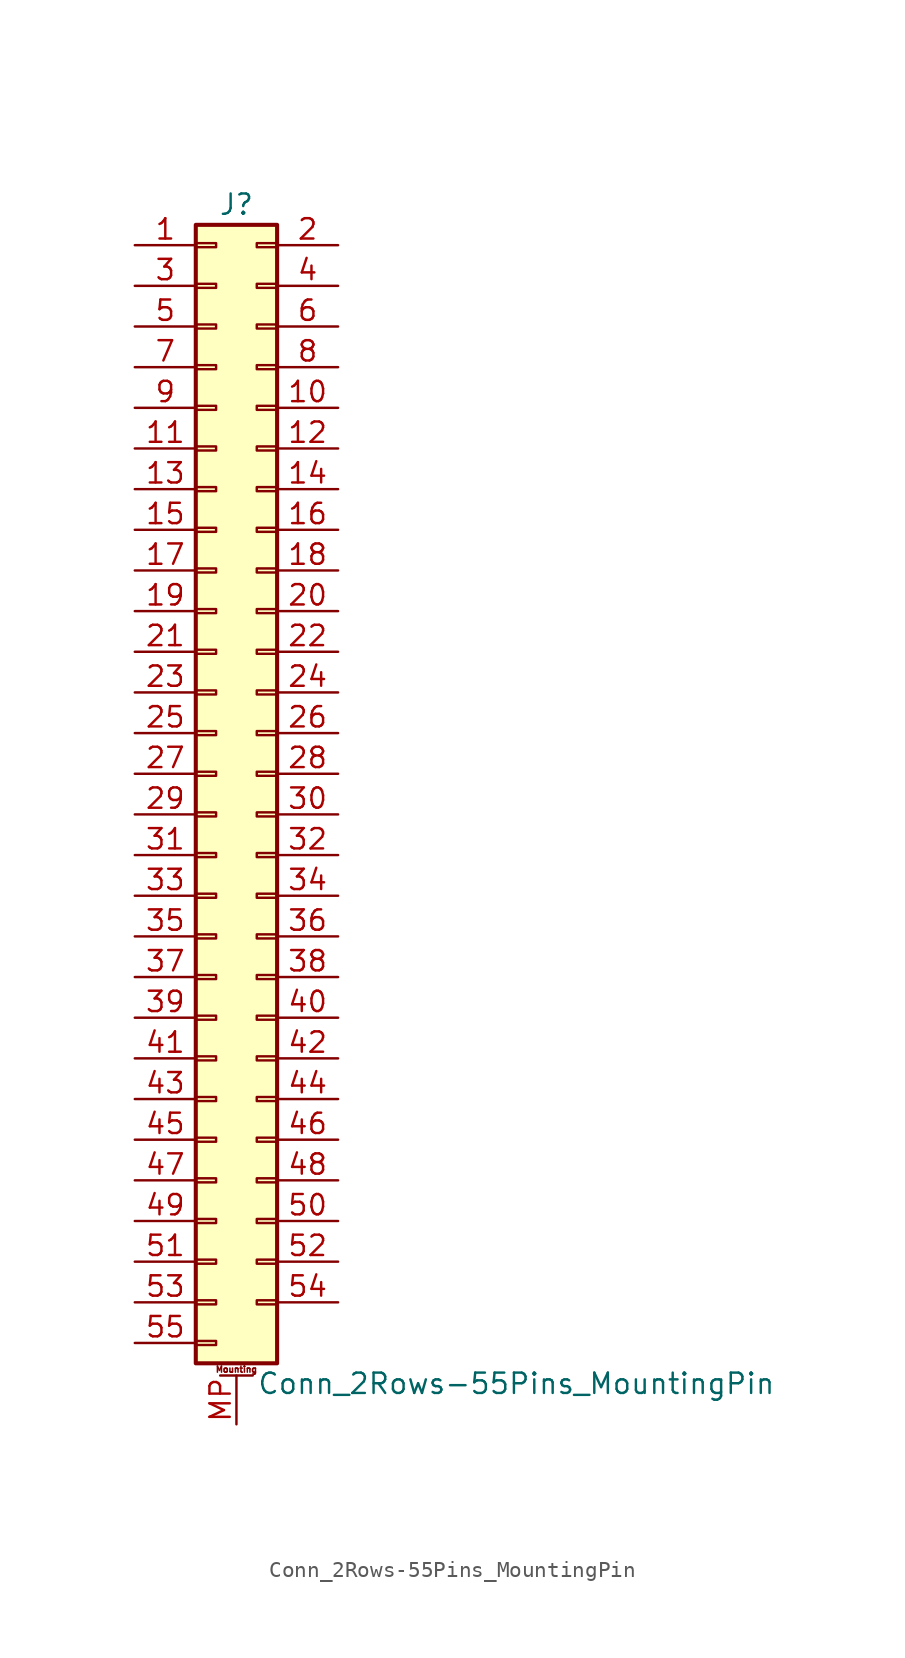
<source format=kicad_sym>
(kicad_symbol_lib
  (version 20200908)
  (generator kicad_symbol_editor)
  (symbol "Connector_Generic_MountingPin:Conn_2Rows-55Pins_MountingPin"
    (pin_names
      (offset 1.016) hide)
    (property "Reference" "J"
      (at 1.27 35.56 0)
      (effects (font (size 1.27 1.27))))
    (property "Value" "Conn_2Rows-55Pins_MountingPin"
      (at 2.54 -38.1 0)
      (effects (font (size 1.27 1.27)) (justify left)))
    (symbol "Conn_2Rows-55Pins_MountingPin_1_1"
      (text "Mounting" (at 1.27 -37.211 0) (effects (font (size 0.381 0.381))))
      (rectangle (start -1.27 -27.813) (end 0 -28.067) (stroke (width 0.152)) (fill (type none)))
      (rectangle (start -1.27 -30.353) (end 0 -30.607) (stroke (width 0.152)) (fill (type none)))
      (rectangle (start -1.27 -32.893) (end 0 -33.147) (stroke (width 0.152)) (fill (type none)))
      (rectangle (start -1.27 -35.433) (end 0 -35.687) (stroke (width 0.152)) (fill (type none)))
      (rectangle (start -1.27 -4.953) (end 0 -5.207) (stroke (width 0.152)) (fill (type none)))
      (rectangle (start -1.27 -7.493) (end 0 -7.747) (stroke (width 0.152)) (fill (type none)))
      (rectangle (start -1.27 -10.033) (end 0 -10.287) (stroke (width 0.152)) (fill (type none)))
      (rectangle (start -1.27 -12.573) (end 0 -12.827) (stroke (width 0.152)) (fill (type none)))
      (rectangle (start -1.27 -15.113) (end 0 -15.367) (stroke (width 0.152)) (fill (type none)))
      (rectangle (start -1.27 -17.653) (end 0 -17.907) (stroke (width 0.152)) (fill (type none)))
      (rectangle (start -1.27 -20.193) (end 0 -20.447) (stroke (width 0.152)) (fill (type none)))
      (rectangle (start -1.27 -22.733) (end 0 -22.987) (stroke (width 0.152)) (fill (type none)))
      (rectangle (start -1.27 -2.413) (end 0 -2.667) (stroke (width 0.152)) (fill (type none)))
      (rectangle (start -1.27 -25.273) (end 0 -25.527) (stroke (width 0.152)) (fill (type none)))
      (rectangle (start -1.27 25.527) (end 0 25.273) (stroke (width 0.152)) (fill (type none)))
      (rectangle (start -1.27 2.667) (end 0 2.413) (stroke (width 0.152)) (fill (type none)))
      (rectangle (start -1.27 28.067) (end 0 27.813) (stroke (width 0.152)) (fill (type none)))
      (rectangle (start -1.27 30.607) (end 0 30.353) (stroke (width 0.152)) (fill (type none)))
      (rectangle (start -1.27 33.147) (end 0 32.893) (stroke (width 0.152)) (fill (type none)))
      (rectangle (start -1.27 34.29) (end 3.81 -36.83) (stroke (width 0.254)) (fill (type background)))
      (rectangle (start -1.27 5.207) (end 0 4.953) (stroke (width 0.152)) (fill (type none)))
      (rectangle (start -1.27 7.747) (end 0 7.493) (stroke (width 0.152)) (fill (type none)))
      (rectangle (start -1.27 10.287) (end 0 10.033) (stroke (width 0.152)) (fill (type none)))
      (rectangle (start -1.27 0.127) (end 0 -0.127) (stroke (width 0.152)) (fill (type none)))
      (rectangle (start -1.27 12.827) (end 0 12.573) (stroke (width 0.152)) (fill (type none)))
      (rectangle (start -1.27 15.367) (end 0 15.113) (stroke (width 0.152)) (fill (type none)))
      (rectangle (start -1.27 17.907) (end 0 17.653) (stroke (width 0.152)) (fill (type none)))
      (rectangle (start -1.27 20.447) (end 0 20.193) (stroke (width 0.152)) (fill (type none)))
      (rectangle (start -1.27 22.987) (end 0 22.733) (stroke (width 0.152)) (fill (type none)))
      (rectangle (start 3.81 -27.813) (end 2.54 -28.067) (stroke (width 0.152)) (fill (type none)))
      (rectangle (start 3.81 -30.353) (end 2.54 -30.607) (stroke (width 0.152)) (fill (type none)))
      (rectangle (start 3.81 -32.893) (end 2.54 -33.147) (stroke (width 0.152)) (fill (type none)))
      (rectangle (start 3.81 -4.953) (end 2.54 -5.207) (stroke (width 0.152)) (fill (type none)))
      (rectangle (start 3.81 -7.493) (end 2.54 -7.747) (stroke (width 0.152)) (fill (type none)))
      (rectangle (start 3.81 -10.033) (end 2.54 -10.287) (stroke (width 0.152)) (fill (type none)))
      (rectangle (start 3.81 -12.573) (end 2.54 -12.827) (stroke (width 0.152)) (fill (type none)))
      (rectangle (start 3.81 -15.113) (end 2.54 -15.367) (stroke (width 0.152)) (fill (type none)))
      (rectangle (start 3.81 -17.653) (end 2.54 -17.907) (stroke (width 0.152)) (fill (type none)))
      (rectangle (start 3.81 -20.193) (end 2.54 -20.447) (stroke (width 0.152)) (fill (type none)))
      (rectangle (start 3.81 -22.733) (end 2.54 -22.987) (stroke (width 0.152)) (fill (type none)))
      (rectangle (start 3.81 -2.413) (end 2.54 -2.667) (stroke (width 0.152)) (fill (type none)))
      (rectangle (start 3.81 -25.273) (end 2.54 -25.527) (stroke (width 0.152)) (fill (type none)))
      (rectangle (start 3.81 25.527) (end 2.54 25.273) (stroke (width 0.152)) (fill (type none)))
      (rectangle (start 3.81 2.667) (end 2.54 2.413) (stroke (width 0.152)) (fill (type none)))
      (rectangle (start 3.81 28.067) (end 2.54 27.813) (stroke (width 0.152)) (fill (type none)))
      (rectangle (start 3.81 30.607) (end 2.54 30.353) (stroke (width 0.152)) (fill (type none)))
      (rectangle (start 3.81 33.147) (end 2.54 32.893) (stroke (width 0.152)) (fill (type none)))
      (rectangle (start 3.81 5.207) (end 2.54 4.953) (stroke (width 0.152)) (fill (type none)))
      (rectangle (start 3.81 7.747) (end 2.54 7.493) (stroke (width 0.152)) (fill (type none)))
      (rectangle (start 3.81 10.287) (end 2.54 10.033) (stroke (width 0.152)) (fill (type none)))
      (rectangle (start 3.81 0.127) (end 2.54 -0.127) (stroke (width 0.152)) (fill (type none)))
      (rectangle (start 3.81 12.827) (end 2.54 12.573) (stroke (width 0.152)) (fill (type none)))
      (rectangle (start 3.81 15.367) (end 2.54 15.113) (stroke (width 0.152)) (fill (type none)))
      (rectangle (start 3.81 17.907) (end 2.54 17.653) (stroke (width 0.152)) (fill (type none)))
      (rectangle (start 3.81 20.447) (end 2.54 20.193) (stroke (width 0.152)) (fill (type none)))
      (rectangle (start 3.81 22.987) (end 2.54 22.733) (stroke (width 0.152)) (fill (type none)))
      (polyline (pts (xy 0.254 -37.592) (xy 2.286 -37.592)) (stroke (width 0.152)) (fill (type none)))
      (pin passive line (at 1.27 -40.64 90) (length 3.048) (name "MountPin" (effects (font (size 1.27 1.27)))) (number "MP" (effects (font (size 1.27 1.27)))))
      (pin passive line (at -5.08 33.02 0) (length 3.81) (name "Pin_1" (effects (font (size 1.27 1.27)))) (number "1" (effects (font (size 1.27 1.27)))))
      (pin passive line (at 7.62 22.86 180) (length 3.81) (name "Pin_10" (effects (font (size 1.27 1.27)))) (number "10" (effects (font (size 1.27 1.27)))))
      (pin passive line (at -5.08 20.32 0) (length 3.81) (name "Pin_11" (effects (font (size 1.27 1.27)))) (number "11" (effects (font (size 1.27 1.27)))))
      (pin passive line (at 7.62 20.32 180) (length 3.81) (name "Pin_12" (effects (font (size 1.27 1.27)))) (number "12" (effects (font (size 1.27 1.27)))))
      (pin passive line (at -5.08 17.78 0) (length 3.81) (name "Pin_13" (effects (font (size 1.27 1.27)))) (number "13" (effects (font (size 1.27 1.27)))))
      (pin passive line (at 7.62 17.78 180) (length 3.81) (name "Pin_14" (effects (font (size 1.27 1.27)))) (number "14" (effects (font (size 1.27 1.27)))))
      (pin passive line (at -5.08 15.24 0) (length 3.81) (name "Pin_15" (effects (font (size 1.27 1.27)))) (number "15" (effects (font (size 1.27 1.27)))))
      (pin passive line (at 7.62 15.24 180) (length 3.81) (name "Pin_16" (effects (font (size 1.27 1.27)))) (number "16" (effects (font (size 1.27 1.27)))))
      (pin passive line (at -5.08 12.7 0) (length 3.81) (name "Pin_17" (effects (font (size 1.27 1.27)))) (number "17" (effects (font (size 1.27 1.27)))))
      (pin passive line (at 7.62 12.7 180) (length 3.81) (name "Pin_18" (effects (font (size 1.27 1.27)))) (number "18" (effects (font (size 1.27 1.27)))))
      (pin passive line (at -5.08 10.16 0) (length 3.81) (name "Pin_19" (effects (font (size 1.27 1.27)))) (number "19" (effects (font (size 1.27 1.27)))))
      (pin passive line (at 7.62 33.02 180) (length 3.81) (name "Pin_2" (effects (font (size 1.27 1.27)))) (number "2" (effects (font (size 1.27 1.27)))))
      (pin passive line (at 7.62 10.16 180) (length 3.81) (name "Pin_20" (effects (font (size 1.27 1.27)))) (number "20" (effects (font (size 1.27 1.27)))))
      (pin passive line (at -5.08 7.62 0) (length 3.81) (name "Pin_21" (effects (font (size 1.27 1.27)))) (number "21" (effects (font (size 1.27 1.27)))))
      (pin passive line (at 7.62 7.62 180) (length 3.81) (name "Pin_22" (effects (font (size 1.27 1.27)))) (number "22" (effects (font (size 1.27 1.27)))))
      (pin passive line (at -5.08 5.08 0) (length 3.81) (name "Pin_23" (effects (font (size 1.27 1.27)))) (number "23" (effects (font (size 1.27 1.27)))))
      (pin passive line (at 7.62 5.08 180) (length 3.81) (name "Pin_24" (effects (font (size 1.27 1.27)))) (number "24" (effects (font (size 1.27 1.27)))))
      (pin passive line (at -5.08 2.54 0) (length 3.81) (name "Pin_25" (effects (font (size 1.27 1.27)))) (number "25" (effects (font (size 1.27 1.27)))))
      (pin passive line (at 7.62 2.54 180) (length 3.81) (name "Pin_26" (effects (font (size 1.27 1.27)))) (number "26" (effects (font (size 1.27 1.27)))))
      (pin passive line (at -5.08 0 0) (length 3.81) (name "Pin_27" (effects (font (size 1.27 1.27)))) (number "27" (effects (font (size 1.27 1.27)))))
      (pin passive line (at 7.62 0 180) (length 3.81) (name "Pin_28" (effects (font (size 1.27 1.27)))) (number "28" (effects (font (size 1.27 1.27)))))
      (pin passive line (at -5.08 -2.54 0) (length 3.81) (name "Pin_29" (effects (font (size 1.27 1.27)))) (number "29" (effects (font (size 1.27 1.27)))))
      (pin passive line (at -5.08 30.48 0) (length 3.81) (name "Pin_3" (effects (font (size 1.27 1.27)))) (number "3" (effects (font (size 1.27 1.27)))))
      (pin passive line (at 7.62 -2.54 180) (length 3.81) (name "Pin_30" (effects (font (size 1.27 1.27)))) (number "30" (effects (font (size 1.27 1.27)))))
      (pin passive line (at -5.08 -5.08 0) (length 3.81) (name "Pin_31" (effects (font (size 1.27 1.27)))) (number "31" (effects (font (size 1.27 1.27)))))
      (pin passive line (at 7.62 -5.08 180) (length 3.81) (name "Pin_32" (effects (font (size 1.27 1.27)))) (number "32" (effects (font (size 1.27 1.27)))))
      (pin passive line (at -5.08 -7.62 0) (length 3.81) (name "Pin_33" (effects (font (size 1.27 1.27)))) (number "33" (effects (font (size 1.27 1.27)))))
      (pin passive line (at 7.62 -7.62 180) (length 3.81) (name "Pin_34" (effects (font (size 1.27 1.27)))) (number "34" (effects (font (size 1.27 1.27)))))
      (pin passive line (at -5.08 -10.16 0) (length 3.81) (name "Pin_35" (effects (font (size 1.27 1.27)))) (number "35" (effects (font (size 1.27 1.27)))))
      (pin passive line (at 7.62 -10.16 180) (length 3.81) (name "Pin_36" (effects (font (size 1.27 1.27)))) (number "36" (effects (font (size 1.27 1.27)))))
      (pin passive line (at -5.08 -12.7 0) (length 3.81) (name "Pin_37" (effects (font (size 1.27 1.27)))) (number "37" (effects (font (size 1.27 1.27)))))
      (pin passive line (at 7.62 -12.7 180) (length 3.81) (name "Pin_38" (effects (font (size 1.27 1.27)))) (number "38" (effects (font (size 1.27 1.27)))))
      (pin passive line (at -5.08 -15.24 0) (length 3.81) (name "Pin_39" (effects (font (size 1.27 1.27)))) (number "39" (effects (font (size 1.27 1.27)))))
      (pin passive line (at 7.62 30.48 180) (length 3.81) (name "Pin_4" (effects (font (size 1.27 1.27)))) (number "4" (effects (font (size 1.27 1.27)))))
      (pin passive line (at 7.62 -15.24 180) (length 3.81) (name "Pin_40" (effects (font (size 1.27 1.27)))) (number "40" (effects (font (size 1.27 1.27)))))
      (pin passive line (at -5.08 -17.78 0) (length 3.81) (name "Pin_41" (effects (font (size 1.27 1.27)))) (number "41" (effects (font (size 1.27 1.27)))))
      (pin passive line (at 7.62 -17.78 180) (length 3.81) (name "Pin_42" (effects (font (size 1.27 1.27)))) (number "42" (effects (font (size 1.27 1.27)))))
      (pin passive line (at -5.08 -20.32 0) (length 3.81) (name "Pin_43" (effects (font (size 1.27 1.27)))) (number "43" (effects (font (size 1.27 1.27)))))
      (pin passive line (at 7.62 -20.32 180) (length 3.81) (name "Pin_44" (effects (font (size 1.27 1.27)))) (number "44" (effects (font (size 1.27 1.27)))))
      (pin passive line (at -5.08 -22.86 0) (length 3.81) (name "Pin_45" (effects (font (size 1.27 1.27)))) (number "45" (effects (font (size 1.27 1.27)))))
      (pin passive line (at 7.62 -22.86 180) (length 3.81) (name "Pin_46" (effects (font (size 1.27 1.27)))) (number "46" (effects (font (size 1.27 1.27)))))
      (pin passive line (at -5.08 -25.4 0) (length 3.81) (name "Pin_47" (effects (font (size 1.27 1.27)))) (number "47" (effects (font (size 1.27 1.27)))))
      (pin passive line (at 7.62 -25.4 180) (length 3.81) (name "Pin_48" (effects (font (size 1.27 1.27)))) (number "48" (effects (font (size 1.27 1.27)))))
      (pin passive line (at -5.08 -27.94 0) (length 3.81) (name "Pin_49" (effects (font (size 1.27 1.27)))) (number "49" (effects (font (size 1.27 1.27)))))
      (pin passive line (at -5.08 27.94 0) (length 3.81) (name "Pin_5" (effects (font (size 1.27 1.27)))) (number "5" (effects (font (size 1.27 1.27)))))
      (pin passive line (at 7.62 -27.94 180) (length 3.81) (name "Pin_50" (effects (font (size 1.27 1.27)))) (number "50" (effects (font (size 1.27 1.27)))))
      (pin passive line (at -5.08 -30.48 0) (length 3.81) (name "Pin_51" (effects (font (size 1.27 1.27)))) (number "51" (effects (font (size 1.27 1.27)))))
      (pin passive line (at 7.62 -30.48 180) (length 3.81) (name "Pin_52" (effects (font (size 1.27 1.27)))) (number "52" (effects (font (size 1.27 1.27)))))
      (pin passive line (at -5.08 -33.02 0) (length 3.81) (name "Pin_53" (effects (font (size 1.27 1.27)))) (number "53" (effects (font (size 1.27 1.27)))))
      (pin passive line (at 7.62 -33.02 180) (length 3.81) (name "Pin_54" (effects (font (size 1.27 1.27)))) (number "54" (effects (font (size 1.27 1.27)))))
      (pin passive line (at -5.08 -35.56 0) (length 3.81) (name "Pin_55" (effects (font (size 1.27 1.27)))) (number "55" (effects (font (size 1.27 1.27)))))
      (pin passive line (at 7.62 27.94 180) (length 3.81) (name "Pin_6" (effects (font (size 1.27 1.27)))) (number "6" (effects (font (size 1.27 1.27)))))
      (pin passive line (at -5.08 25.4 0) (length 3.81) (name "Pin_7" (effects (font (size 1.27 1.27)))) (number "7" (effects (font (size 1.27 1.27)))))
      (pin passive line (at 7.62 25.4 180) (length 3.81) (name "Pin_8" (effects (font (size 1.27 1.27)))) (number "8" (effects (font (size 1.27 1.27)))))
      (pin passive line (at -5.08 22.86 0) (length 3.81) (name "Pin_9" (effects (font (size 1.27 1.27)))) (number "9" (effects (font (size 1.27 1.27))))))))
</source>
